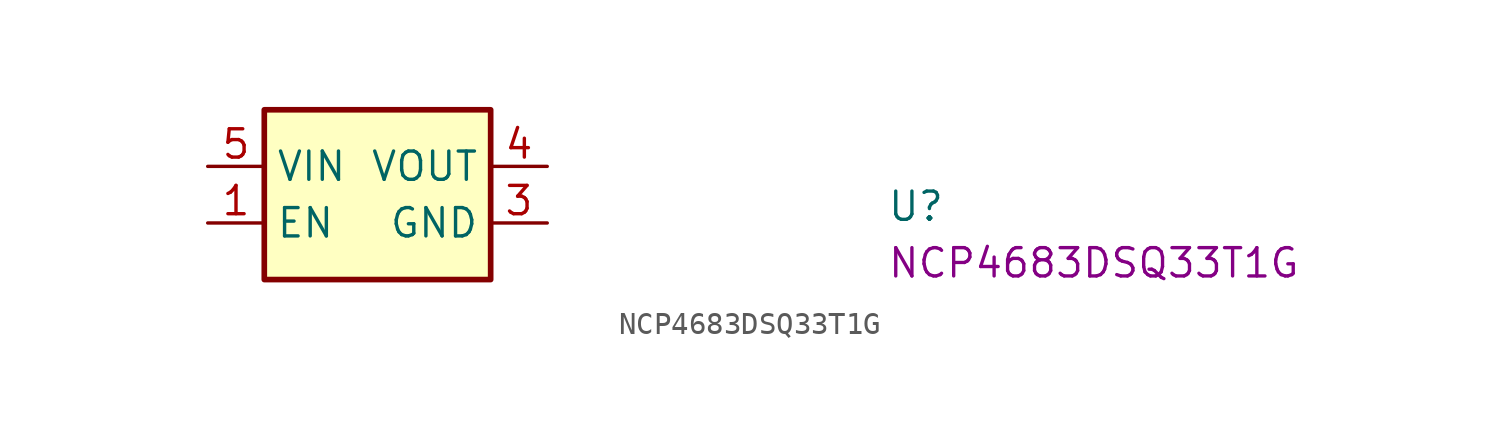
<source format=kicad_sym>
(kicad_symbol_lib
  (version 20220914)
  (generator kicad_symbol_editor)
  (symbol "NCP4683DSQ33T1G"
    (property "Reference" "U"
      (at 30.48 -2.54 0)
      (effects (font (size 1.27 1.27) (thickness 0.15)) (justify left bottom)))
    (property "MPN" "NCP4683DSQ33T1G"
      (at 30.48 -5.08 0)
      (effects (font (size 1.27 1.27) (thickness 0.15)) (justify left bottom)))
    (symbol "NCP4683DSQ33T1G_1_1"
      (rectangle (start 2.54 2.54) (end 12.7 -5.08) (stroke (width 0.254) (type default)) (fill (type background)))
      (pin input line (at 0 -2.54 0) (length 2.54) (name "EN" (effects (font (size 1.27 1.27)))) (number "1" (effects (font (size 1.27 1.27)))))
      (pin no_connect line (at 12.7 -3.81 180) (length 2.54) hide (name "NC" (effects (font (size 1.27 1.27)))) (number "2" (effects (font (size 1.27 1.27)))))
      (pin power_in line (at 15.24 -2.54 180) (length 2.54) (name "GND" (effects (font (size 1.27 1.27)))) (number "3" (effects (font (size 1.27 1.27)))))
      (pin power_out line (at 15.24 0 180) (length 2.54) (name "VOUT" (effects (font (size 1.27 1.27)))) (number "4" (effects (font (size 1.27 1.27)))))
      (pin power_in line (at 0 0 0) (length 2.54) (name "VIN" (effects (font (size 1.27 1.27)))) (number "5" (effects (font (size 1.27 1.27))))))))
</source>
